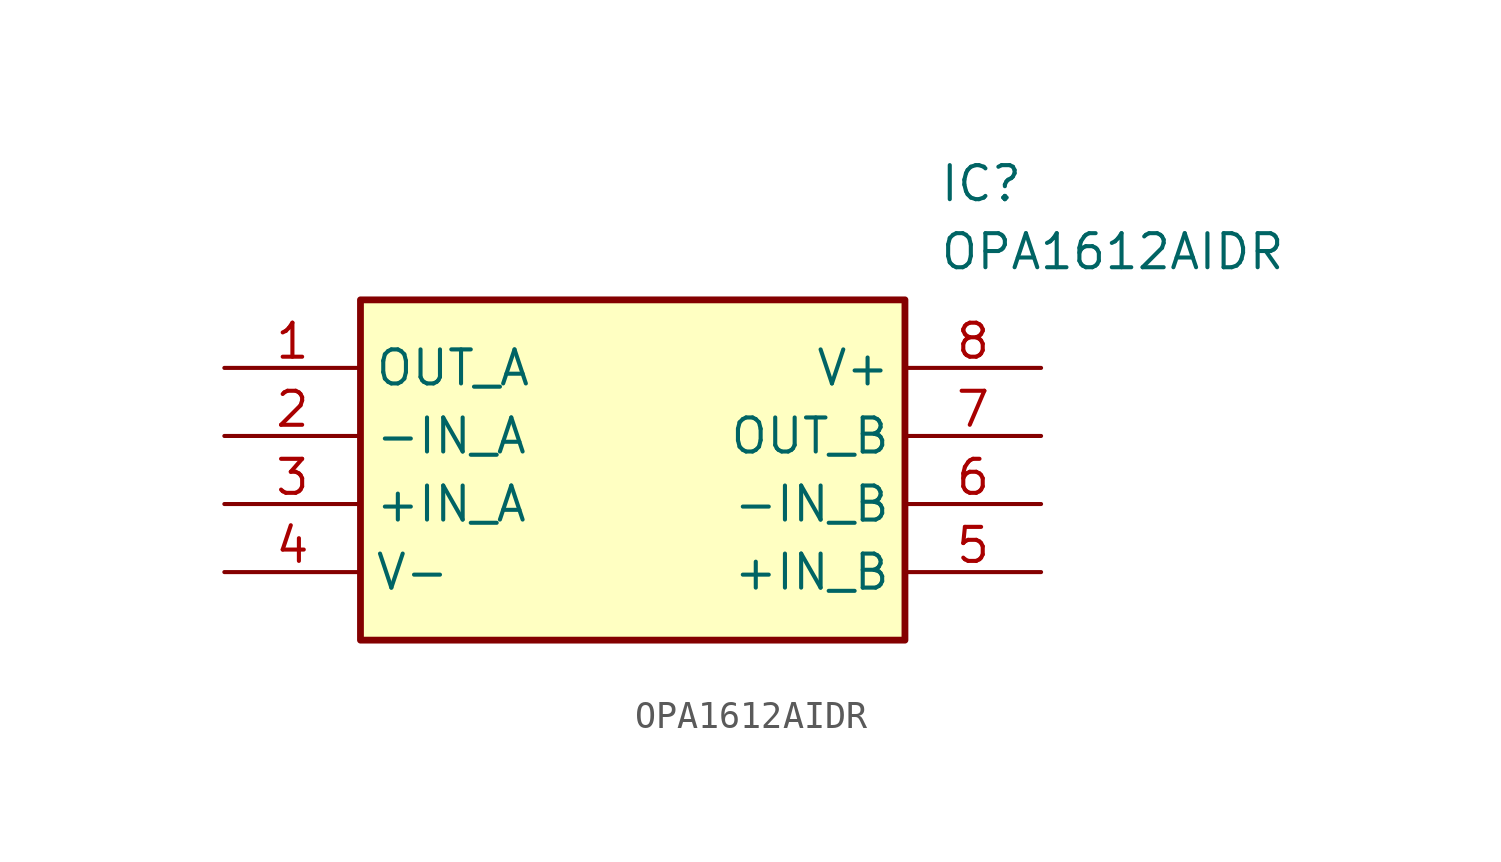
<source format=kicad_sym>
(kicad_symbol_lib
  (version 20211014)
  (generator SamacSys_ECAD_Model)
  (symbol "OPA1612AIDR"
    (property "Reference" "IC"
      (at 26.67 7.62 0)
      (effects (font (size 1.27 1.27)) (justify left top)))
    (property "Value" "OPA1612AIDR"
      (at 26.67 5.08 0)
      (effects (font (size 1.27 1.27)) (justify left top)))
    (rectangle
      (start 5.08 2.54)
      (end 25.4 -10.16)
      (stroke (width 0.254) (type default))
      (fill (type background)))
    (pin passive line
      (at 0 0 0)
      (length 5.08)
      (name "OUT_A" (effects (font (size 1.27 1.27))))
      (number "1" (effects (font (size 1.27 1.27)))))
    (pin passive line
      (at 0 -2.54 0)
      (length 5.08)
      (name "-IN_A" (effects (font (size 1.27 1.27))))
      (number "2" (effects (font (size 1.27 1.27)))))
    (pin passive line
      (at 0 -5.08 0)
      (length 5.08)
      (name "+IN_A" (effects (font (size 1.27 1.27))))
      (number "3" (effects (font (size 1.27 1.27)))))
    (pin passive line
      (at 0 -7.62 0)
      (length 5.08)
      (name "V-" (effects (font (size 1.27 1.27))))
      (number "4" (effects (font (size 1.27 1.27)))))
    (pin passive line
      (at 30.48 0 180)
      (length 5.08)
      (name "V+" (effects (font (size 1.27 1.27))))
      (number "8" (effects (font (size 1.27 1.27)))))
    (pin passive line
      (at 30.48 -2.54 180)
      (length 5.08)
      (name "OUT_B" (effects (font (size 1.27 1.27))))
      (number "7" (effects (font (size 1.27 1.27)))))
    (pin passive line
      (at 30.48 -5.08 180)
      (length 5.08)
      (name "-IN_B" (effects (font (size 1.27 1.27))))
      (number "6" (effects (font (size 1.27 1.27)))))
    (pin passive line
      (at 30.48 -7.62 180)
      (length 5.08)
      (name "+IN_B" (effects (font (size 1.27 1.27))))
      (number "5" (effects (font (size 1.27 1.27)))))))
</source>
